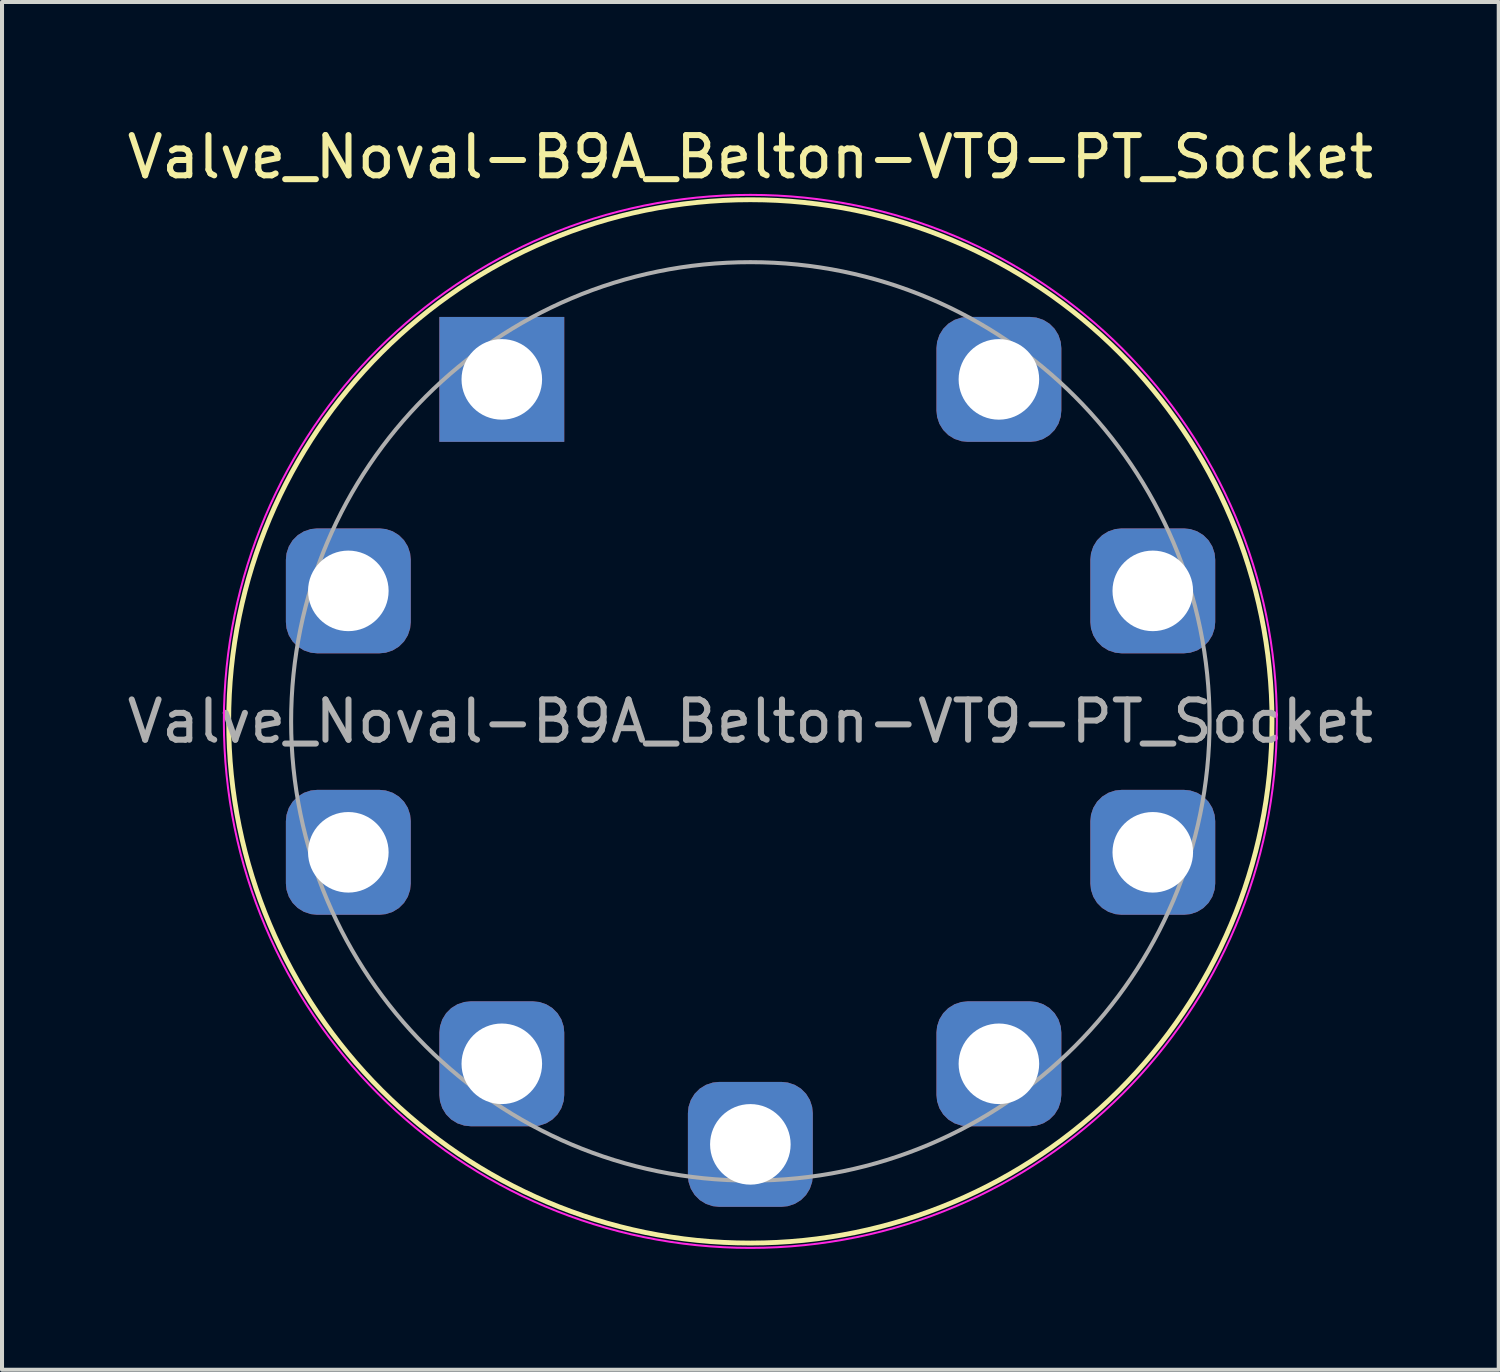
<source format=kicad_pcb>
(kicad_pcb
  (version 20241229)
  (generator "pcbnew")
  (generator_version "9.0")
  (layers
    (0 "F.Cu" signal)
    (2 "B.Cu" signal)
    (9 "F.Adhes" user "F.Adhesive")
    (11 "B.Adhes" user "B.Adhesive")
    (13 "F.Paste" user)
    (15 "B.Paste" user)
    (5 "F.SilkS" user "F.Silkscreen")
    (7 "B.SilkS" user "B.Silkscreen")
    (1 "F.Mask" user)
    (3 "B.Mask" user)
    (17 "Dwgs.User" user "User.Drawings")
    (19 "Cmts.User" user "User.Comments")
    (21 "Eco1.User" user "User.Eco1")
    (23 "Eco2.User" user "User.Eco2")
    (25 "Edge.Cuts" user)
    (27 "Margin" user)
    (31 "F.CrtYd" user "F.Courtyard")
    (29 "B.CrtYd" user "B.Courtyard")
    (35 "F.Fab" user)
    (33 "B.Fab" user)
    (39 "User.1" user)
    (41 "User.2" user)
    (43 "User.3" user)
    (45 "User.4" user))
  (footprint "Valve_Noval-B9A_Belton-VT9-PT_Socket"
    (layer "F.Cu")
    (at 9.407 6.368)
    (property "Reference" "Valve_Noval-B9A_Belton-VT9-PT_Socket" (at 6.17 -5.52 0) (layer "F.SilkS") (effects (font (size 1 1) (thickness 0.15))))
    (attr through_hole)
    (fp_circle (center 6.17 8.49) (end 19.12 8.49) (stroke (width 0.12) (type solid)) (fill no) (layer "F.SilkS"))
    (fp_circle (center 6.17 8.49) (end 19.24 8.49) (stroke (width 0.05) (type solid)) (fill no) (layer "F.CrtYd"))
    (fp_circle (center 6.17 8.49) (end 17.57 8.49) (stroke (width 0.1) (type solid)) (fill no) (layer "F.Fab"))
    (fp_text user "${REFERENCE}" (at 6.17 8.49 0) (layer "F.Fab") (effects (font (size 1 1) (thickness 0.15))))
    (pad "1" thru_hole rect (at 0 0) (size 3.1 3.1) (drill 2) (layers "*.Cu" "*.Mask"))
    (pad "2" thru_hole roundrect (at -3.81 5.25) (size 3.1 3.1) (drill 2) (layers "*.Cu" "*.Mask") (roundrect_rratio 0.25))
    (pad "3" thru_hole roundrect (at -3.81 11.74) (size 3.1 3.1) (drill 2) (layers "*.Cu" "*.Mask") (roundrect_rratio 0.25))
    (pad "4" thru_hole roundrect (at 0 16.99) (size 3.1 3.1) (drill 2) (layers "*.Cu" "*.Mask") (roundrect_rratio 0.25))
    (pad "5" thru_hole roundrect (at 6.17 18.99) (size 3.1 3.1) (drill 2) (layers "*.Cu" "*.Mask") (roundrect_rratio 0.25))
    (pad "6" thru_hole roundrect (at 12.34 16.99) (size 3.1 3.1) (drill 2) (layers "*.Cu" "*.Mask") (roundrect_rratio 0.25))
    (pad "7" thru_hole roundrect (at 16.16 11.74) (size 3.1 3.1) (drill 2) (layers "*.Cu" "*.Mask") (roundrect_rratio 0.25))
    (pad "8" thru_hole roundrect (at 16.16 5.25) (size 3.1 3.1) (drill 2) (layers "*.Cu" "*.Mask") (roundrect_rratio 0.25))
    (pad "9" thru_hole roundrect (at 12.34 0) (size 3.1 3.1) (drill 2) (layers "*.Cu" "*.Mask") (roundrect_rratio 0.25)))
  (gr_rect
    (start -3 -3)
    (end 34.155 30.953)
    (stroke (width 0.1) (type default))
    (fill no)
    (layer "Edge.Cuts")))
</source>
